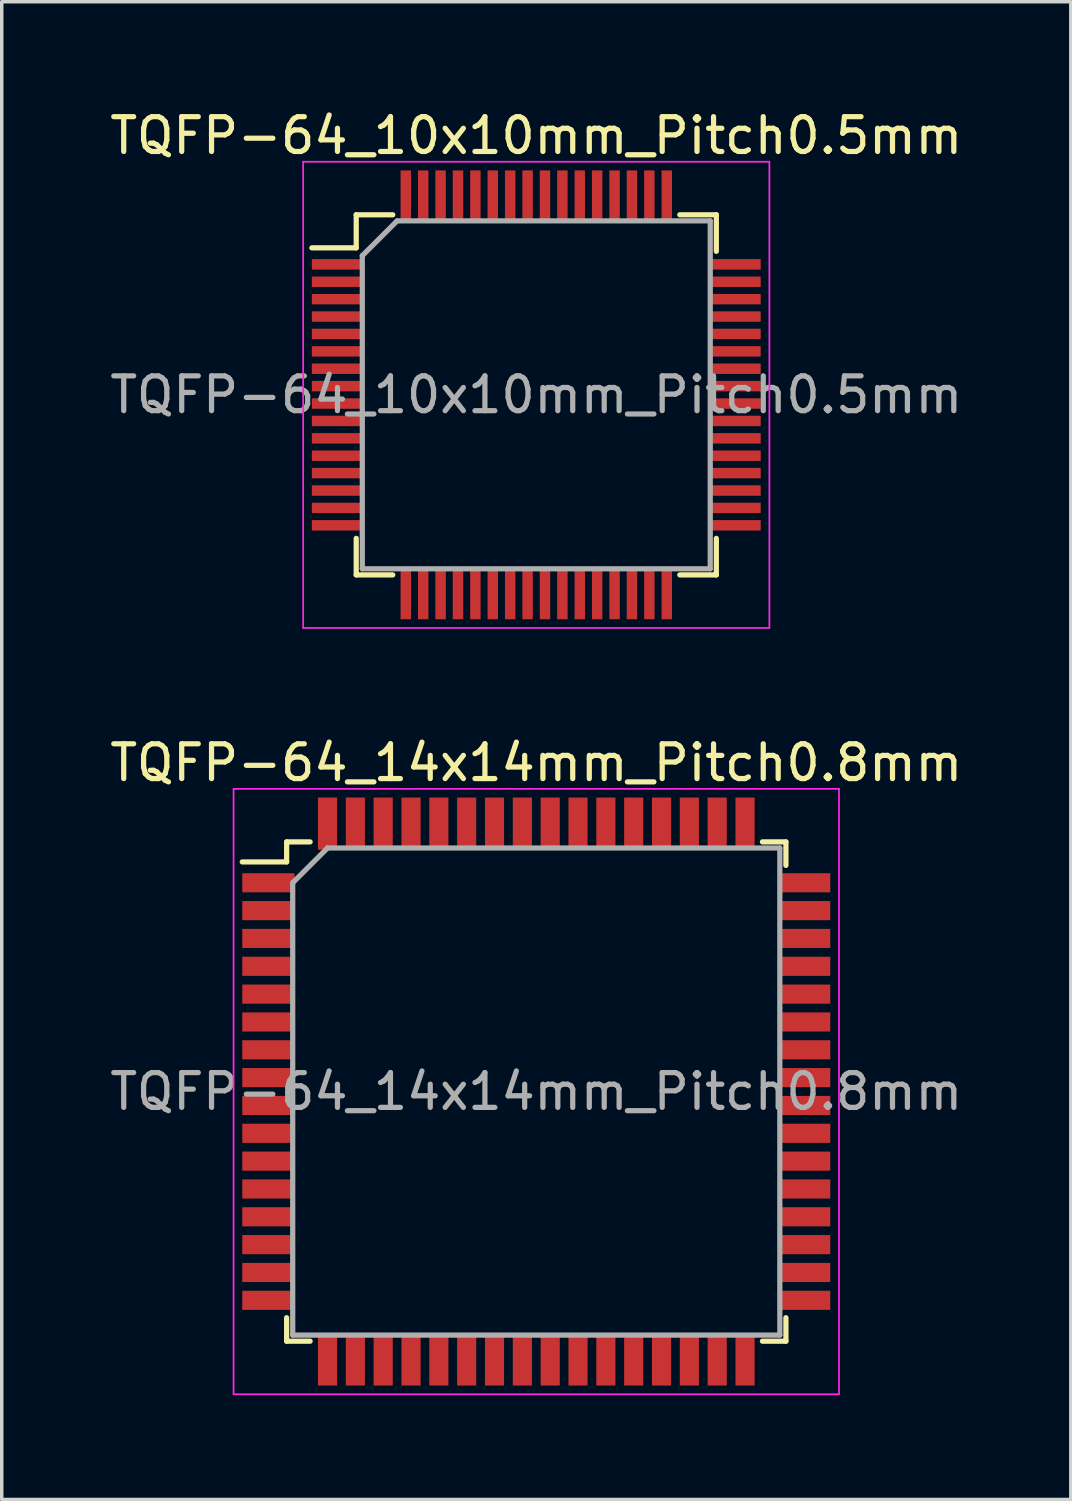
<source format=kicad_pcb>
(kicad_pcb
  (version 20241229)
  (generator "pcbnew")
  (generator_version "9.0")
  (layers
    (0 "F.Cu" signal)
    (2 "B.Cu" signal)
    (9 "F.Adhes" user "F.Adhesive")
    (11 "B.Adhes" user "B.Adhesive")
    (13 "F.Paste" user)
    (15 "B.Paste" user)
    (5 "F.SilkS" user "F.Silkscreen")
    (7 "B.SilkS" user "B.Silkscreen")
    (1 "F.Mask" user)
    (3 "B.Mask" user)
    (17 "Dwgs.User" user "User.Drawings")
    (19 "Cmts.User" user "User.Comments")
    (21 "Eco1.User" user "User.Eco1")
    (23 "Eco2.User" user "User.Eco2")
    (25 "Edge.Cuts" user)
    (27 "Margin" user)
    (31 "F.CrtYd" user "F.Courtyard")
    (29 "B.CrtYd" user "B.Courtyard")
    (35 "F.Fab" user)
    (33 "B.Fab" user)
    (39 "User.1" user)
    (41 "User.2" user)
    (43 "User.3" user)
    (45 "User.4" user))
  (footprint "TQFP-64_10x10mm_Pitch0.5mm"
    (layer "F.Cu")
    (at 12.363 8.298)
    (property "Reference" "TQFP-64_10x10mm_Pitch0.5mm" (at 0 -7.45 0) (layer "F.SilkS") (effects (font (size 1 1) (thickness 0.15))))
    (attr smd)
    (fp_line (start -5.175 -5.175) (end -5.175 -4.225) (stroke (width 0.15) (type solid)) (layer "F.SilkS"))
    (fp_line (start -5.175 -5.175) (end -4.125 -5.175) (stroke (width 0.15) (type solid)) (layer "F.SilkS"))
    (fp_line (start -5.175 -4.225) (end -6.45 -4.225) (stroke (width 0.15) (type solid)) (layer "F.SilkS"))
    (fp_line (start -5.175 5.175) (end -5.175 4.125) (stroke (width 0.15) (type solid)) (layer "F.SilkS"))
    (fp_line (start -5.175 5.175) (end -4.125 5.175) (stroke (width 0.15) (type solid)) (layer "F.SilkS"))
    (fp_line (start 5.175 -5.175) (end 4.125 -5.175) (stroke (width 0.15) (type solid)) (layer "F.SilkS"))
    (fp_line (start 5.175 -5.175) (end 5.175 -4.125) (stroke (width 0.15) (type solid)) (layer "F.SilkS"))
    (fp_line (start 5.175 5.175) (end 4.125 5.175) (stroke (width 0.15) (type solid)) (layer "F.SilkS"))
    (fp_line (start 5.175 5.175) (end 5.175 4.125) (stroke (width 0.15) (type solid)) (layer "F.SilkS"))
    (fp_line (start -6.7 -6.7) (end -6.7 6.7) (stroke (width 0.05) (type solid)) (layer "F.CrtYd"))
    (fp_line (start -6.7 -6.7) (end 6.7 -6.7) (stroke (width 0.05) (type solid)) (layer "F.CrtYd"))
    (fp_line (start -6.7 6.7) (end 6.7 6.7) (stroke (width 0.05) (type solid)) (layer "F.CrtYd"))
    (fp_line (start 6.7 -6.7) (end 6.7 6.7) (stroke (width 0.05) (type solid)) (layer "F.CrtYd"))
    (fp_line (start -5 -4) (end -4 -5) (stroke (width 0.15) (type solid)) (layer "F.Fab"))
    (fp_line (start -5 5) (end -5 -4) (stroke (width 0.15) (type solid)) (layer "F.Fab"))
    (fp_line (start -4 -5) (end 5 -5) (stroke (width 0.15) (type solid)) (layer "F.Fab"))
    (fp_line (start 5 -5) (end 5 5) (stroke (width 0.15) (type solid)) (layer "F.Fab"))
    (fp_line (start 5 5) (end -5 5) (stroke (width 0.15) (type solid)) (layer "F.Fab"))
    (fp_text user "${REFERENCE}" (at 0 0 0) (layer "F.Fab") (effects (font (size 1 1) (thickness 0.15))))
    (pad "1" smd rect (at -5.7 -3.75) (size 1.5 0.3) (layers "F.Cu" "F.Mask" "F.Paste"))
    (pad "2" smd rect (at -5.7 -3.25) (size 1.5 0.3) (layers "F.Cu" "F.Mask" "F.Paste"))
    (pad "3" smd rect (at -5.7 -2.75) (size 1.5 0.3) (layers "F.Cu" "F.Mask" "F.Paste"))
    (pad "4" smd rect (at -5.7 -2.25) (size 1.5 0.3) (layers "F.Cu" "F.Mask" "F.Paste"))
    (pad "5" smd rect (at -5.7 -1.75) (size 1.5 0.3) (layers "F.Cu" "F.Mask" "F.Paste"))
    (pad "6" smd rect (at -5.7 -1.25) (size 1.5 0.3) (layers "F.Cu" "F.Mask" "F.Paste"))
    (pad "7" smd rect (at -5.7 -0.75) (size 1.5 0.3) (layers "F.Cu" "F.Mask" "F.Paste"))
    (pad "8" smd rect (at -5.7 -0.25) (size 1.5 0.3) (layers "F.Cu" "F.Mask" "F.Paste"))
    (pad "9" smd rect (at -5.7 0.25) (size 1.5 0.3) (layers "F.Cu" "F.Mask" "F.Paste"))
    (pad "10" smd rect (at -5.7 0.75) (size 1.5 0.3) (layers "F.Cu" "F.Mask" "F.Paste"))
    (pad "11" smd rect (at -5.7 1.25) (size 1.5 0.3) (layers "F.Cu" "F.Mask" "F.Paste"))
    (pad "12" smd rect (at -5.7 1.75) (size 1.5 0.3) (layers "F.Cu" "F.Mask" "F.Paste"))
    (pad "13" smd rect (at -5.7 2.25) (size 1.5 0.3) (layers "F.Cu" "F.Mask" "F.Paste"))
    (pad "14" smd rect (at -5.7 2.75) (size 1.5 0.3) (layers "F.Cu" "F.Mask" "F.Paste"))
    (pad "15" smd rect (at -5.7 3.25) (size 1.5 0.3) (layers "F.Cu" "F.Mask" "F.Paste"))
    (pad "16" smd rect (at -5.7 3.75) (size 1.5 0.3) (layers "F.Cu" "F.Mask" "F.Paste"))
    (pad "17" smd rect (at -3.75 5.7 90) (size 1.5 0.3) (layers "F.Cu" "F.Mask" "F.Paste"))
    (pad "18" smd rect (at -3.25 5.7 90) (size 1.5 0.3) (layers "F.Cu" "F.Mask" "F.Paste"))
    (pad "19" smd rect (at -2.75 5.7 90) (size 1.5 0.3) (layers "F.Cu" "F.Mask" "F.Paste"))
    (pad "20" smd rect (at -2.25 5.7 90) (size 1.5 0.3) (layers "F.Cu" "F.Mask" "F.Paste"))
    (pad "21" smd rect (at -1.75 5.7 90) (size 1.5 0.3) (layers "F.Cu" "F.Mask" "F.Paste"))
    (pad "22" smd rect (at -1.25 5.7 90) (size 1.5 0.3) (layers "F.Cu" "F.Mask" "F.Paste"))
    (pad "23" smd rect (at -0.75 5.7 90) (size 1.5 0.3) (layers "F.Cu" "F.Mask" "F.Paste"))
    (pad "24" smd rect (at -0.25 5.7 90) (size 1.5 0.3) (layers "F.Cu" "F.Mask" "F.Paste"))
    (pad "25" smd rect (at 0.25 5.7 90) (size 1.5 0.3) (layers "F.Cu" "F.Mask" "F.Paste"))
    (pad "26" smd rect (at 0.75 5.7 90) (size 1.5 0.3) (layers "F.Cu" "F.Mask" "F.Paste"))
    (pad "27" smd rect (at 1.25 5.7 90) (size 1.5 0.3) (layers "F.Cu" "F.Mask" "F.Paste"))
    (pad "28" smd rect (at 1.75 5.7 90) (size 1.5 0.3) (layers "F.Cu" "F.Mask" "F.Paste"))
    (pad "29" smd rect (at 2.25 5.7 90) (size 1.5 0.3) (layers "F.Cu" "F.Mask" "F.Paste"))
    (pad "30" smd rect (at 2.75 5.7 90) (size 1.5 0.3) (layers "F.Cu" "F.Mask" "F.Paste"))
    (pad "31" smd rect (at 3.25 5.7 90) (size 1.5 0.3) (layers "F.Cu" "F.Mask" "F.Paste"))
    (pad "32" smd rect (at 3.75 5.7 90) (size 1.5 0.3) (layers "F.Cu" "F.Mask" "F.Paste"))
    (pad "33" smd rect (at 5.7 3.75) (size 1.5 0.3) (layers "F.Cu" "F.Mask" "F.Paste"))
    (pad "34" smd rect (at 5.7 3.25) (size 1.5 0.3) (layers "F.Cu" "F.Mask" "F.Paste"))
    (pad "35" smd rect (at 5.7 2.75) (size 1.5 0.3) (layers "F.Cu" "F.Mask" "F.Paste"))
    (pad "36" smd rect (at 5.7 2.25) (size 1.5 0.3) (layers "F.Cu" "F.Mask" "F.Paste"))
    (pad "37" smd rect (at 5.7 1.75) (size 1.5 0.3) (layers "F.Cu" "F.Mask" "F.Paste"))
    (pad "38" smd rect (at 5.7 1.25) (size 1.5 0.3) (layers "F.Cu" "F.Mask" "F.Paste"))
    (pad "39" smd rect (at 5.7 0.75) (size 1.5 0.3) (layers "F.Cu" "F.Mask" "F.Paste"))
    (pad "40" smd rect (at 5.7 0.25) (size 1.5 0.3) (layers "F.Cu" "F.Mask" "F.Paste"))
    (pad "41" smd rect (at 5.7 -0.25) (size 1.5 0.3) (layers "F.Cu" "F.Mask" "F.Paste"))
    (pad "42" smd rect (at 5.7 -0.75) (size 1.5 0.3) (layers "F.Cu" "F.Mask" "F.Paste"))
    (pad "43" smd rect (at 5.7 -1.25) (size 1.5 0.3) (layers "F.Cu" "F.Mask" "F.Paste"))
    (pad "44" smd rect (at 5.7 -1.75) (size 1.5 0.3) (layers "F.Cu" "F.Mask" "F.Paste"))
    (pad "45" smd rect (at 5.7 -2.25) (size 1.5 0.3) (layers "F.Cu" "F.Mask" "F.Paste"))
    (pad "46" smd rect (at 5.7 -2.75) (size 1.5 0.3) (layers "F.Cu" "F.Mask" "F.Paste"))
    (pad "47" smd rect (at 5.7 -3.25) (size 1.5 0.3) (layers "F.Cu" "F.Mask" "F.Paste"))
    (pad "48" smd rect (at 5.7 -3.75) (size 1.5 0.3) (layers "F.Cu" "F.Mask" "F.Paste"))
    (pad "49" smd rect (at 3.75 -5.7 90) (size 1.5 0.3) (layers "F.Cu" "F.Mask" "F.Paste"))
    (pad "50" smd rect (at 3.25 -5.7 90) (size 1.5 0.3) (layers "F.Cu" "F.Mask" "F.Paste"))
    (pad "51" smd rect (at 2.75 -5.7 90) (size 1.5 0.3) (layers "F.Cu" "F.Mask" "F.Paste"))
    (pad "52" smd rect (at 2.25 -5.7 90) (size 1.5 0.3) (layers "F.Cu" "F.Mask" "F.Paste"))
    (pad "53" smd rect (at 1.75 -5.7 90) (size 1.5 0.3) (layers "F.Cu" "F.Mask" "F.Paste"))
    (pad "54" smd rect (at 1.25 -5.7 90) (size 1.5 0.3) (layers "F.Cu" "F.Mask" "F.Paste"))
    (pad "55" smd rect (at 0.75 -5.7 90) (size 1.5 0.3) (layers "F.Cu" "F.Mask" "F.Paste"))
    (pad "56" smd rect (at 0.25 -5.7 90) (size 1.5 0.3) (layers "F.Cu" "F.Mask" "F.Paste"))
    (pad "57" smd rect (at -0.25 -5.7 90) (size 1.5 0.3) (layers "F.Cu" "F.Mask" "F.Paste"))
    (pad "58" smd rect (at -0.75 -5.7 90) (size 1.5 0.3) (layers "F.Cu" "F.Mask" "F.Paste"))
    (pad "59" smd rect (at -1.25 -5.7 90) (size 1.5 0.3) (layers "F.Cu" "F.Mask" "F.Paste"))
    (pad "60" smd rect (at -1.75 -5.7 90) (size 1.5 0.3) (layers "F.Cu" "F.Mask" "F.Paste"))
    (pad "61" smd rect (at -2.25 -5.7 90) (size 1.5 0.3) (layers "F.Cu" "F.Mask" "F.Paste"))
    (pad "62" smd rect (at -2.75 -5.7 90) (size 1.5 0.3) (layers "F.Cu" "F.Mask" "F.Paste"))
    (pad "63" smd rect (at -3.25 -5.7 90) (size 1.5 0.3) (layers "F.Cu" "F.Mask" "F.Paste"))
    (pad "64" smd rect (at -3.75 -5.7 90) (size 1.5 0.3) (layers "F.Cu" "F.Mask" "F.Paste")))
  (footprint "TQFP-64_14x14mm_Pitch0.8mm"
    (layer "F.Cu")
    (at 12.363 28.322)
    (property "Reference" "TQFP-64_14x14mm_Pitch0.8mm" (at 0 -9.45 0) (layer "F.SilkS") (effects (font (size 1 1) (thickness 0.15))))
    (attr smd)
    (fp_line (start -7.175 -7.175) (end -7.175 -6.6) (stroke (width 0.15) (type solid)) (layer "F.SilkS"))
    (fp_line (start -7.175 -7.175) (end -6.5 -7.175) (stroke (width 0.15) (type solid)) (layer "F.SilkS"))
    (fp_line (start -7.175 -6.6) (end -8.45 -6.6) (stroke (width 0.15) (type solid)) (layer "F.SilkS"))
    (fp_line (start -7.175 7.175) (end -7.175 6.5) (stroke (width 0.15) (type solid)) (layer "F.SilkS"))
    (fp_line (start -7.175 7.175) (end -6.5 7.175) (stroke (width 0.15) (type solid)) (layer "F.SilkS"))
    (fp_line (start 7.175 -7.175) (end 6.5 -7.175) (stroke (width 0.15) (type solid)) (layer "F.SilkS"))
    (fp_line (start 7.175 -7.175) (end 7.175 -6.5) (stroke (width 0.15) (type solid)) (layer "F.SilkS"))
    (fp_line (start 7.175 7.175) (end 6.5 7.175) (stroke (width 0.15) (type solid)) (layer "F.SilkS"))
    (fp_line (start 7.175 7.175) (end 7.175 6.5) (stroke (width 0.15) (type solid)) (layer "F.SilkS"))
    (fp_line (start -8.7 -8.7) (end -8.7 8.7) (stroke (width 0.05) (type solid)) (layer "F.CrtYd"))
    (fp_line (start -8.7 -8.7) (end 8.7 -8.7) (stroke (width 0.05) (type solid)) (layer "F.CrtYd"))
    (fp_line (start -8.7 8.7) (end 8.7 8.7) (stroke (width 0.05) (type solid)) (layer "F.CrtYd"))
    (fp_line (start 8.7 -8.7) (end 8.7 8.7) (stroke (width 0.05) (type solid)) (layer "F.CrtYd"))
    (fp_line (start -7 -6) (end -6 -7) (stroke (width 0.15) (type solid)) (layer "F.Fab"))
    (fp_line (start -7 7) (end -7 -6) (stroke (width 0.15) (type solid)) (layer "F.Fab"))
    (fp_line (start -6 -7) (end 7 -7) (stroke (width 0.15) (type solid)) (layer "F.Fab"))
    (fp_line (start 7 -7) (end 7 7) (stroke (width 0.15) (type solid)) (layer "F.Fab"))
    (fp_line (start 7 7) (end -7 7) (stroke (width 0.15) (type solid)) (layer "F.Fab"))
    (fp_text user "${REFERENCE}" (at 0 0 0) (layer "F.Fab") (effects (font (size 1 1) (thickness 0.15))))
    (pad "1" smd rect (at -7.7 -6) (size 1.5 0.55) (layers "F.Cu" "F.Mask" "F.Paste"))
    (pad "2" smd rect (at -7.7 -5.2) (size 1.5 0.55) (layers "F.Cu" "F.Mask" "F.Paste"))
    (pad "3" smd rect (at -7.7 -4.4) (size 1.5 0.55) (layers "F.Cu" "F.Mask" "F.Paste"))
    (pad "4" smd rect (at -7.7 -3.6) (size 1.5 0.55) (layers "F.Cu" "F.Mask" "F.Paste"))
    (pad "5" smd rect (at -7.7 -2.8) (size 1.5 0.55) (layers "F.Cu" "F.Mask" "F.Paste"))
    (pad "6" smd rect (at -7.7 -2) (size 1.5 0.55) (layers "F.Cu" "F.Mask" "F.Paste"))
    (pad "7" smd rect (at -7.7 -1.2) (size 1.5 0.55) (layers "F.Cu" "F.Mask" "F.Paste"))
    (pad "8" smd rect (at -7.7 -0.4) (size 1.5 0.55) (layers "F.Cu" "F.Mask" "F.Paste"))
    (pad "9" smd rect (at -7.7 0.4) (size 1.5 0.55) (layers "F.Cu" "F.Mask" "F.Paste"))
    (pad "10" smd rect (at -7.7 1.2) (size 1.5 0.55) (layers "F.Cu" "F.Mask" "F.Paste"))
    (pad "11" smd rect (at -7.7 2) (size 1.5 0.55) (layers "F.Cu" "F.Mask" "F.Paste"))
    (pad "12" smd rect (at -7.7 2.8) (size 1.5 0.55) (layers "F.Cu" "F.Mask" "F.Paste"))
    (pad "13" smd rect (at -7.7 3.6) (size 1.5 0.55) (layers "F.Cu" "F.Mask" "F.Paste"))
    (pad "14" smd rect (at -7.7 4.4) (size 1.5 0.55) (layers "F.Cu" "F.Mask" "F.Paste"))
    (pad "15" smd rect (at -7.7 5.2) (size 1.5 0.55) (layers "F.Cu" "F.Mask" "F.Paste"))
    (pad "16" smd rect (at -7.7 6) (size 1.5 0.55) (layers "F.Cu" "F.Mask" "F.Paste"))
    (pad "17" smd rect (at -6 7.7 90) (size 1.5 0.55) (layers "F.Cu" "F.Mask" "F.Paste"))
    (pad "18" smd rect (at -5.2 7.7 90) (size 1.5 0.55) (layers "F.Cu" "F.Mask" "F.Paste"))
    (pad "19" smd rect (at -4.4 7.7 90) (size 1.5 0.55) (layers "F.Cu" "F.Mask" "F.Paste"))
    (pad "20" smd rect (at -3.6 7.7 90) (size 1.5 0.55) (layers "F.Cu" "F.Mask" "F.Paste"))
    (pad "21" smd rect (at -2.8 7.7 90) (size 1.5 0.55) (layers "F.Cu" "F.Mask" "F.Paste"))
    (pad "22" smd rect (at -2 7.7 90) (size 1.5 0.55) (layers "F.Cu" "F.Mask" "F.Paste"))
    (pad "23" smd rect (at -1.2 7.7 90) (size 1.5 0.55) (layers "F.Cu" "F.Mask" "F.Paste"))
    (pad "24" smd rect (at -0.4 7.7 90) (size 1.5 0.55) (layers "F.Cu" "F.Mask" "F.Paste"))
    (pad "25" smd rect (at 0.4 7.7 90) (size 1.5 0.55) (layers "F.Cu" "F.Mask" "F.Paste"))
    (pad "26" smd rect (at 1.2 7.7 90) (size 1.5 0.55) (layers "F.Cu" "F.Mask" "F.Paste"))
    (pad "27" smd rect (at 2 7.7 90) (size 1.5 0.55) (layers "F.Cu" "F.Mask" "F.Paste"))
    (pad "28" smd rect (at 2.8 7.7 90) (size 1.5 0.55) (layers "F.Cu" "F.Mask" "F.Paste"))
    (pad "29" smd rect (at 3.6 7.7 90) (size 1.5 0.55) (layers "F.Cu" "F.Mask" "F.Paste"))
    (pad "30" smd rect (at 4.4 7.7 90) (size 1.5 0.55) (layers "F.Cu" "F.Mask" "F.Paste"))
    (pad "31" smd rect (at 5.2 7.7 90) (size 1.5 0.55) (layers "F.Cu" "F.Mask" "F.Paste"))
    (pad "32" smd rect (at 6 7.7 90) (size 1.5 0.55) (layers "F.Cu" "F.Mask" "F.Paste"))
    (pad "33" smd rect (at 7.7 6) (size 1.5 0.55) (layers "F.Cu" "F.Mask" "F.Paste"))
    (pad "34" smd rect (at 7.7 5.2) (size 1.5 0.55) (layers "F.Cu" "F.Mask" "F.Paste"))
    (pad "35" smd rect (at 7.7 4.4) (size 1.5 0.55) (layers "F.Cu" "F.Mask" "F.Paste"))
    (pad "36" smd rect (at 7.7 3.6) (size 1.5 0.55) (layers "F.Cu" "F.Mask" "F.Paste"))
    (pad "37" smd rect (at 7.7 2.8) (size 1.5 0.55) (layers "F.Cu" "F.Mask" "F.Paste"))
    (pad "38" smd rect (at 7.7 2) (size 1.5 0.55) (layers "F.Cu" "F.Mask" "F.Paste"))
    (pad "39" smd rect (at 7.7 1.2) (size 1.5 0.55) (layers "F.Cu" "F.Mask" "F.Paste"))
    (pad "40" smd rect (at 7.7 0.4) (size 1.5 0.55) (layers "F.Cu" "F.Mask" "F.Paste"))
    (pad "41" smd rect (at 7.7 -0.4) (size 1.5 0.55) (layers "F.Cu" "F.Mask" "F.Paste"))
    (pad "42" smd rect (at 7.7 -1.2) (size 1.5 0.55) (layers "F.Cu" "F.Mask" "F.Paste"))
    (pad "43" smd rect (at 7.7 -2) (size 1.5 0.55) (layers "F.Cu" "F.Mask" "F.Paste"))
    (pad "44" smd rect (at 7.7 -2.8) (size 1.5 0.55) (layers "F.Cu" "F.Mask" "F.Paste"))
    (pad "45" smd rect (at 7.7 -3.6) (size 1.5 0.55) (layers "F.Cu" "F.Mask" "F.Paste"))
    (pad "46" smd rect (at 7.7 -4.4) (size 1.5 0.55) (layers "F.Cu" "F.Mask" "F.Paste"))
    (pad "47" smd rect (at 7.7 -5.2) (size 1.5 0.55) (layers "F.Cu" "F.Mask" "F.Paste"))
    (pad "48" smd rect (at 7.7 -6) (size 1.5 0.55) (layers "F.Cu" "F.Mask" "F.Paste"))
    (pad "49" smd rect (at 6 -7.7 90) (size 1.5 0.55) (layers "F.Cu" "F.Mask" "F.Paste"))
    (pad "50" smd rect (at 5.2 -7.7 90) (size 1.5 0.55) (layers "F.Cu" "F.Mask" "F.Paste"))
    (pad "51" smd rect (at 4.4 -7.7 90) (size 1.5 0.55) (layers "F.Cu" "F.Mask" "F.Paste"))
    (pad "52" smd rect (at 3.6 -7.7 90) (size 1.5 0.55) (layers "F.Cu" "F.Mask" "F.Paste"))
    (pad "53" smd rect (at 2.8 -7.7 90) (size 1.5 0.55) (layers "F.Cu" "F.Mask" "F.Paste"))
    (pad "54" smd rect (at 2 -7.7 90) (size 1.5 0.55) (layers "F.Cu" "F.Mask" "F.Paste"))
    (pad "55" smd rect (at 1.2 -7.7 90) (size 1.5 0.55) (layers "F.Cu" "F.Mask" "F.Paste"))
    (pad "56" smd rect (at 0.4 -7.7 90) (size 1.5 0.55) (layers "F.Cu" "F.Mask" "F.Paste"))
    (pad "57" smd rect (at -0.4 -7.7 90) (size 1.5 0.55) (layers "F.Cu" "F.Mask" "F.Paste"))
    (pad "58" smd rect (at -1.2 -7.7 90) (size 1.5 0.55) (layers "F.Cu" "F.Mask" "F.Paste"))
    (pad "59" smd rect (at -2 -7.7 90) (size 1.5 0.55) (layers "F.Cu" "F.Mask" "F.Paste"))
    (pad "60" smd rect (at -2.8 -7.7 90) (size 1.5 0.55) (layers "F.Cu" "F.Mask" "F.Paste"))
    (pad "61" smd rect (at -3.6 -7.7 90) (size 1.5 0.55) (layers "F.Cu" "F.Mask" "F.Paste"))
    (pad "62" smd rect (at -4.4 -7.7 90) (size 1.5 0.55) (layers "F.Cu" "F.Mask" "F.Paste"))
    (pad "63" smd rect (at -5.2 -7.7 90) (size 1.5 0.55) (layers "F.Cu" "F.Mask" "F.Paste"))
    (pad "64" smd rect (at -6 -7.7 90) (size 1.5 0.55) (layers "F.Cu" "F.Mask" "F.Paste")))
  (gr_rect
    (start -3 -3)
    (end 27.726 40.047)
    (stroke (width 0.1) (type default))
    (fill no)
    (layer "Edge.Cuts")))
</source>
